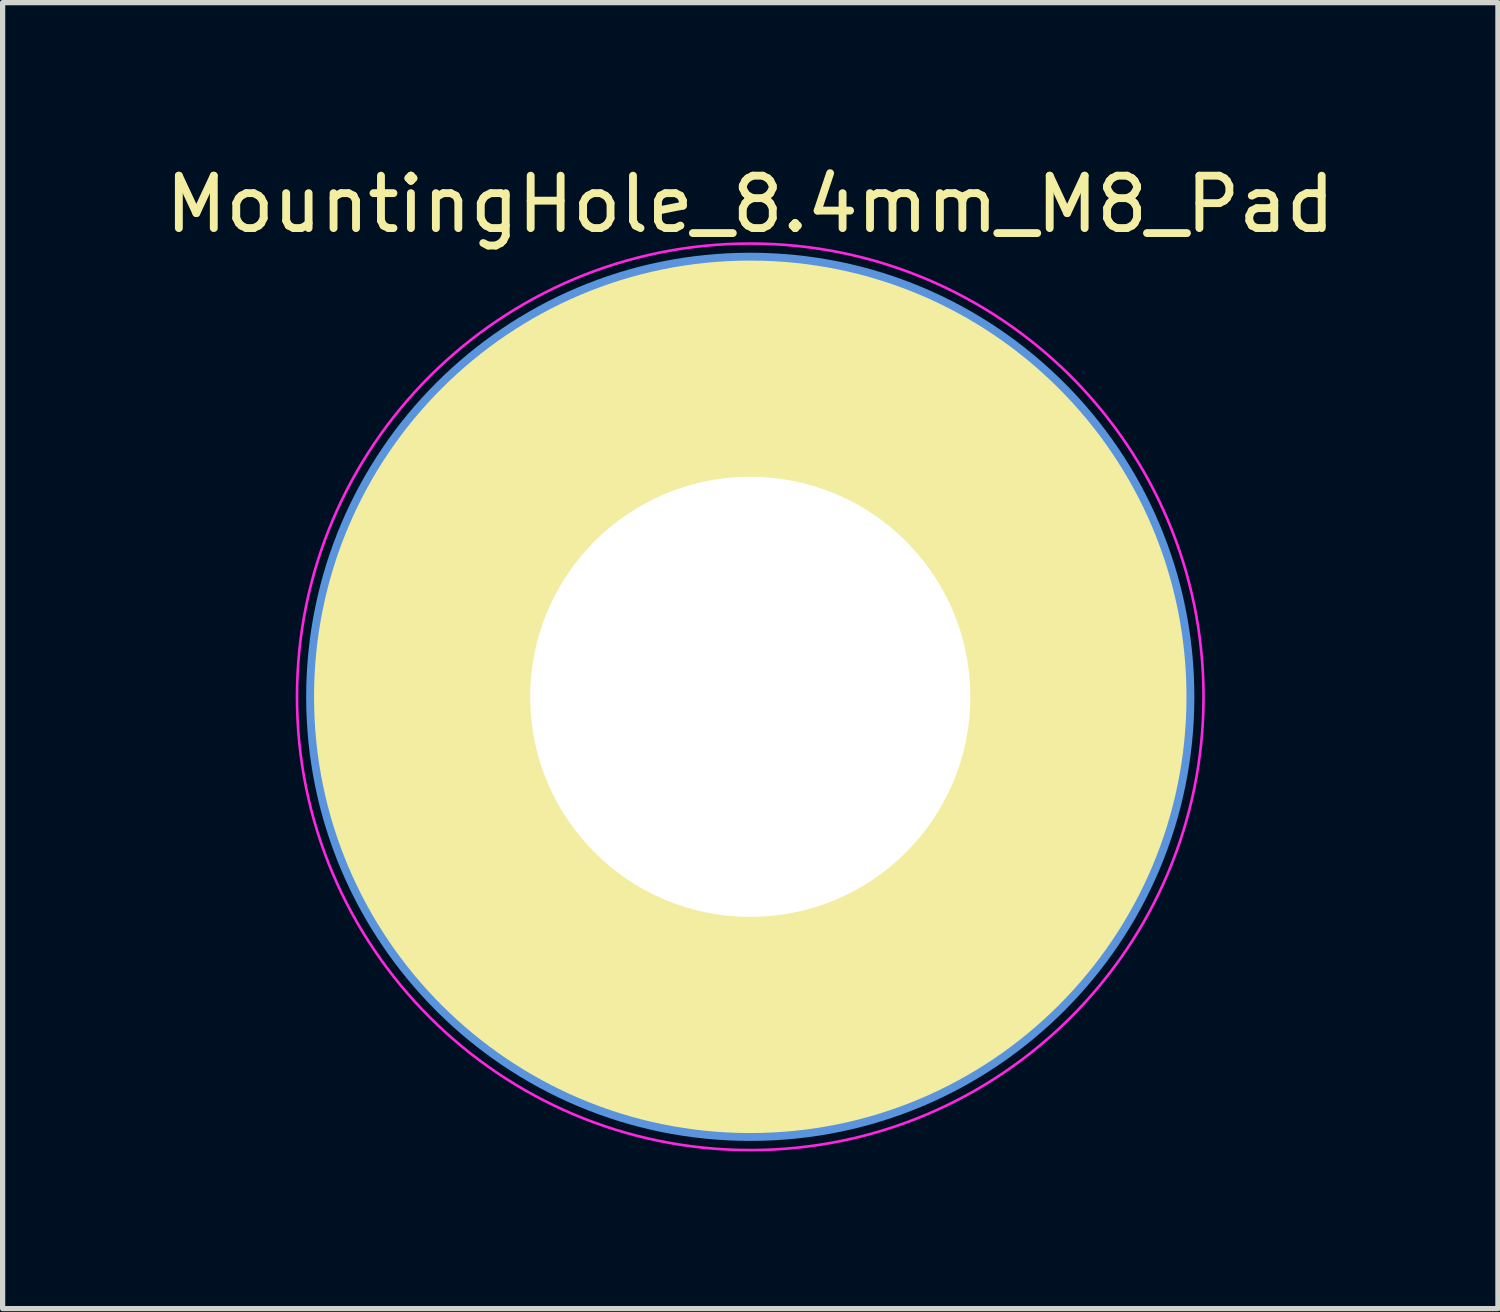
<source format=kicad_pcb>
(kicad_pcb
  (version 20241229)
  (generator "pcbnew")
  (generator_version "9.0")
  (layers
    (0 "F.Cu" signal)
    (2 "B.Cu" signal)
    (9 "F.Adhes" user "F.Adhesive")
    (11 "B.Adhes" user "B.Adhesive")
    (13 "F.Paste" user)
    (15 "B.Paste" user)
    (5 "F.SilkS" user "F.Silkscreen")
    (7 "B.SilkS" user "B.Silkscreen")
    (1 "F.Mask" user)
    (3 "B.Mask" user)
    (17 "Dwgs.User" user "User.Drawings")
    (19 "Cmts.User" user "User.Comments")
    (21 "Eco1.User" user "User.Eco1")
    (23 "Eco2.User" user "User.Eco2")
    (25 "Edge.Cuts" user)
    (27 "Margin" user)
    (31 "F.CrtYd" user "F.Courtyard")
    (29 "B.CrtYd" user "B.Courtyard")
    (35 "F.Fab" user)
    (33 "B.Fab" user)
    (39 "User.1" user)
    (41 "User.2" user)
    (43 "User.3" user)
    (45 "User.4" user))
  (footprint "MountingHole_8.4mm_M8_Pad"
    (layer "F.Cu")
    (at 11.268 10.248)
    (property "Reference" "MountingHole_8.4mm_M8_Pad" (at 0 -9.4 0) (layer "F.SilkS") (effects (font (size 1 1) (thickness 0.15))))
    (attr through_hole)
    (fp_circle (center 0 0) (end 8.4 0) (stroke (width 0.15) (type solid)) (fill no) (layer "Cmts.User"))
    (fp_circle (center 0 0) (end 8.65 0) (stroke (width 0.05) (type solid)) (fill no) (layer "F.CrtYd"))
    (pad "1" thru_hole circle (at 0 0) (size 16.8 16.8) (drill 8.4) (layers "*.Cu" "*.Mask" "F.SilkS")))
  (gr_rect
    (start -3 -3)
    (end 25.536 21.923)
    (stroke (width 0.1) (type default))
    (fill no)
    (layer "Edge.Cuts")))
</source>
